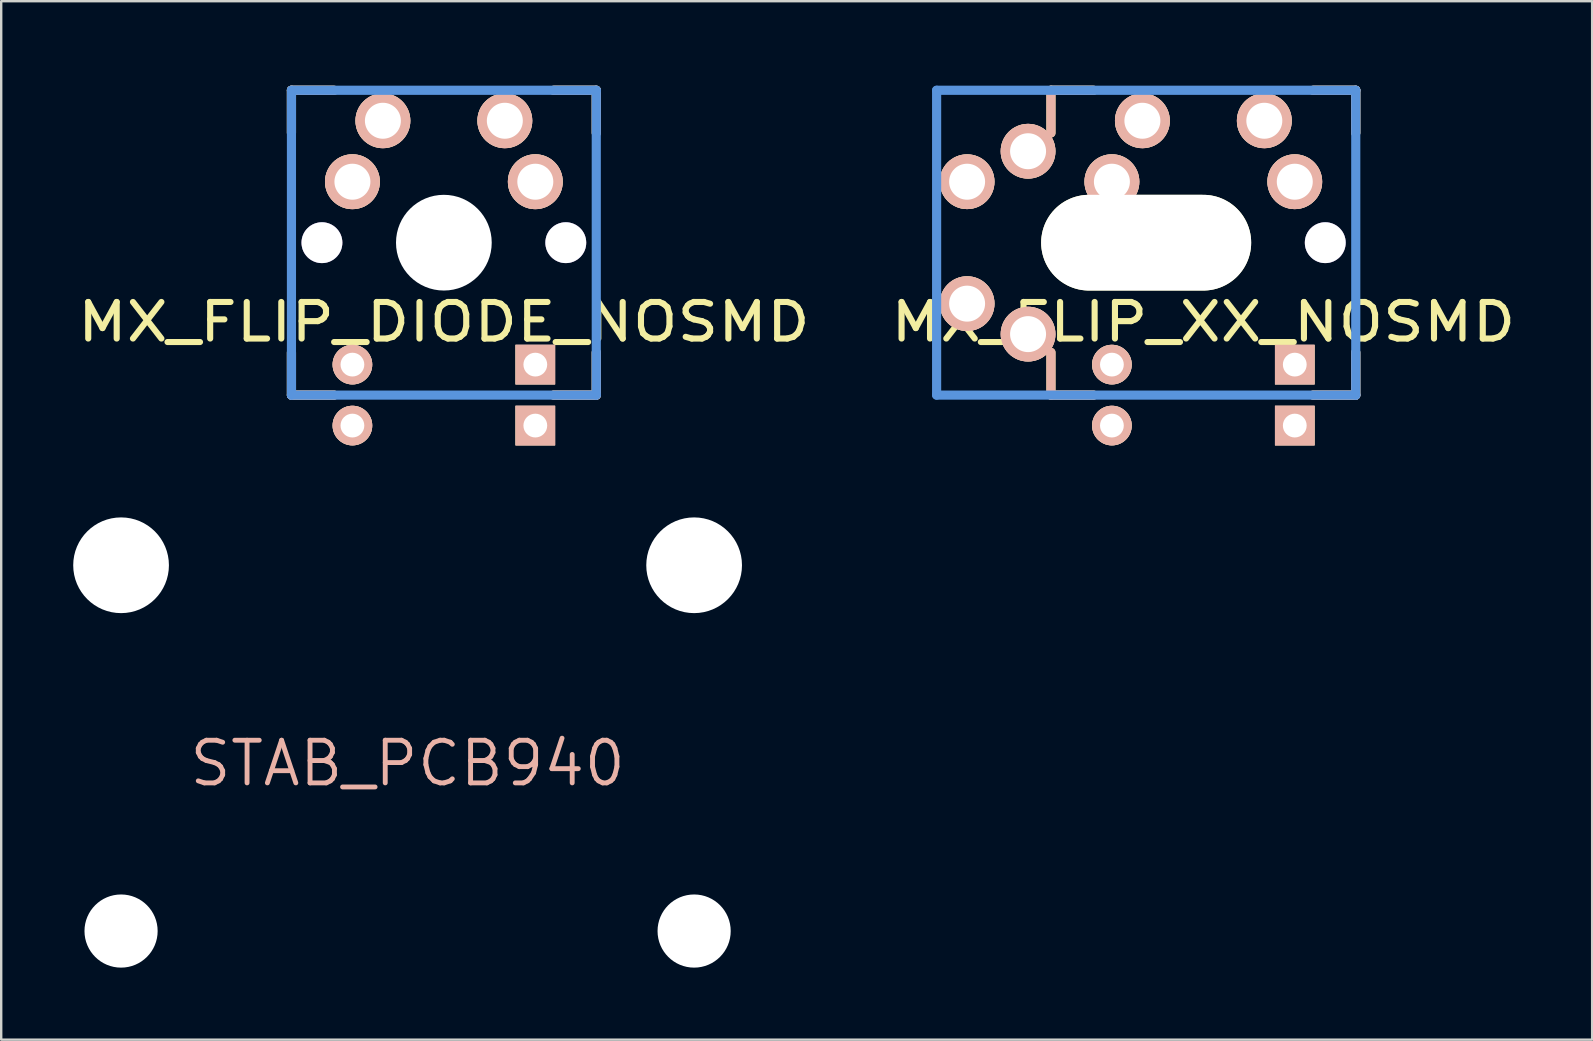
<source format=kicad_pcb>
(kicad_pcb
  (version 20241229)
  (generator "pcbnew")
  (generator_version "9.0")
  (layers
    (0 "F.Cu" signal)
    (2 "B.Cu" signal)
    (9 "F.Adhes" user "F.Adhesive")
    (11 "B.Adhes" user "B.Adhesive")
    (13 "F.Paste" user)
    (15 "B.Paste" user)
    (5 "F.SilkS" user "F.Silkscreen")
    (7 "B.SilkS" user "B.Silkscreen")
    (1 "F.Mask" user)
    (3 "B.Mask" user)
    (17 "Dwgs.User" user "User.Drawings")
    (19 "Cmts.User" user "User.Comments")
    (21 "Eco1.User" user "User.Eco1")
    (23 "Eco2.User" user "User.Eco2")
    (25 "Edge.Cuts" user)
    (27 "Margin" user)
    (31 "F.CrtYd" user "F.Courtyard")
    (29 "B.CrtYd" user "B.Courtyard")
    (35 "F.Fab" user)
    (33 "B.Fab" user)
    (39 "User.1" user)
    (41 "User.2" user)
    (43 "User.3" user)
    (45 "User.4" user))
  (footprint "MX_FLIP_DIODE_NOSMD"
    (layer "F.Cu")
    (at 15.443 7.061)
    (property "Reference" "MX_FLIP_DIODE_NOSMD" (at 0 3.302 0) (layer "F.SilkS") (effects (font (size 1.524 1.778) (thickness 0.254))))
    (attr through_hole)
    (fp_line (start -6.35 -6.35) (end -4.572 -6.35) (stroke (width 0.381) (type solid)) (layer "F.SilkS"))
    (fp_line (start -6.35 -4.572) (end -6.35 -6.35) (stroke (width 0.381) (type solid)) (layer "F.SilkS"))
    (fp_line (start -6.35 6.35) (end -6.35 4.572) (stroke (width 0.381) (type solid)) (layer "F.SilkS"))
    (fp_line (start -4.572 6.35) (end -6.35 6.35) (stroke (width 0.381) (type solid)) (layer "F.SilkS"))
    (fp_line (start 4.572 -6.35) (end 6.35 -6.35) (stroke (width 0.381) (type solid)) (layer "F.SilkS"))
    (fp_line (start 6.35 -6.35) (end 6.35 -4.572) (stroke (width 0.381) (type solid)) (layer "F.SilkS"))
    (fp_line (start 6.35 4.572) (end 6.35 6.35) (stroke (width 0.381) (type solid)) (layer "F.SilkS"))
    (fp_line (start 6.35 6.35) (end 4.572 6.35) (stroke (width 0.381) (type solid)) (layer "F.SilkS"))
    (fp_line (start -6.35 -6.35) (end -4.572 -6.35) (stroke (width 0.381) (type solid)) (layer "B.SilkS"))
    (fp_line (start -6.35 -4.572) (end -6.35 -6.35) (stroke (width 0.381) (type solid)) (layer "B.SilkS"))
    (fp_line (start -6.35 6.35) (end -6.35 4.572) (stroke (width 0.381) (type solid)) (layer "B.SilkS"))
    (fp_line (start -4.572 6.35) (end -6.35 6.35) (stroke (width 0.381) (type solid)) (layer "B.SilkS"))
    (fp_line (start 4.572 -6.35) (end 6.35 -6.35) (stroke (width 0.381) (type solid)) (layer "B.SilkS"))
    (fp_line (start 6.35 -6.35) (end 6.35 -4.572) (stroke (width 0.381) (type solid)) (layer "B.SilkS"))
    (fp_line (start 6.35 4.572) (end 6.35 6.35) (stroke (width 0.381) (type solid)) (layer "B.SilkS"))
    (fp_line (start 6.35 6.35) (end 4.572 6.35) (stroke (width 0.381) (type solid)) (layer "B.SilkS"))
    (fp_line (start -6.35 -6.35) (end 6.35 -6.35) (stroke (width 0.381) (type solid)) (layer "Cmts.User"))
    (fp_line (start -6.35 6.35) (end -6.35 -6.35) (stroke (width 0.381) (type solid)) (layer "Cmts.User"))
    (fp_line (start 6.35 -6.35) (end 6.35 6.35) (stroke (width 0.381) (type solid)) (layer "Cmts.User"))
    (fp_line (start 6.35 6.35) (end -6.35 6.35) (stroke (width 0.381) (type solid)) (layer "Cmts.User"))
    (fp_line (start -7.798 -6.005) (end -6.985 -6.005) (stroke (width 0.152) (type solid)) (layer "Eco2.User"))
    (fp_line (start -7.798 -2.504) (end -7.798 -6.005) (stroke (width 0.152) (type solid)) (layer "Eco2.User"))
    (fp_line (start -7.798 2.504) (end -6.985 2.504) (stroke (width 0.152) (type solid)) (layer "Eco2.User"))
    (fp_line (start -7.798 6.005) (end -7.798 2.504) (stroke (width 0.152) (type solid)) (layer "Eco2.User"))
    (fp_line (start -6.985 -6.985) (end 6.985 -6.985) (stroke (width 0.152) (type solid)) (layer "Eco2.User"))
    (fp_line (start -6.985 -6.005) (end -6.985 -6.985) (stroke (width 0.152) (type solid)) (layer "Eco2.User"))
    (fp_line (start -6.985 -2.504) (end -7.798 -2.504) (stroke (width 0.152) (type solid)) (layer "Eco2.User"))
    (fp_line (start -6.985 2.504) (end -6.985 -2.504) (stroke (width 0.152) (type solid)) (layer "Eco2.User"))
    (fp_line (start -6.985 6.005) (end -7.798 6.005) (stroke (width 0.152) (type solid)) (layer "Eco2.User"))
    (fp_line (start -6.985 6.985) (end -6.985 6.005) (stroke (width 0.152) (type solid)) (layer "Eco2.User"))
    (fp_line (start 6.985 -6.985) (end 6.985 -6.005) (stroke (width 0.152) (type solid)) (layer "Eco2.User"))
    (fp_line (start 6.985 -6.005) (end 7.798 -6.005) (stroke (width 0.152) (type solid)) (layer "Eco2.User"))
    (fp_line (start 6.985 -2.504) (end 6.985 2.504) (stroke (width 0.152) (type solid)) (layer "Eco2.User"))
    (fp_line (start 6.985 2.504) (end 7.798 2.504) (stroke (width 0.152) (type solid)) (layer "Eco2.User"))
    (fp_line (start 6.985 6.005) (end 6.985 6.985) (stroke (width 0.152) (type solid)) (layer "Eco2.User"))
    (fp_line (start 6.985 6.985) (end -6.985 6.985) (stroke (width 0.152) (type solid)) (layer "Eco2.User"))
    (fp_line (start 7.798 -6.005) (end 7.798 -2.504) (stroke (width 0.152) (type solid)) (layer "Eco2.User"))
    (fp_line (start 7.798 -2.504) (end 6.985 -2.504) (stroke (width 0.152) (type solid)) (layer "Eco2.User"))
    (fp_line (start 7.798 2.504) (end 7.798 6.005) (stroke (width 0.152) (type solid)) (layer "Eco2.User"))
    (fp_line (start 7.798 6.005) (end 6.985 6.005) (stroke (width 0.152) (type solid)) (layer "Eco2.User"))
    (pad "" np_thru_hole circle (at 0 0) (size 3.988 3.988) (drill 3.988) (layers "*.Cu"))
    (pad "0" thru_hole circle (at -5.08 0) (size 1.702 1.702) (drill 1.702) (layers "*.Cu"))
    (pad "0" thru_hole circle (at 5.08 0) (size 1.702 1.702) (drill 1.702) (layers "*.Cu"))
    (pad "1" thru_hole circle (at 2.54 -5.08) (size 2.286 2.286) (drill 1.499) (layers "*.Cu" "*.SilkS" "*.Mask"))
    (pad "1" thru_hole circle (at 3.81 -2.54) (size 2.286 2.286) (drill 1.499) (layers "*.Cu" "*.SilkS" "*.Mask"))
    (pad "2" thru_hole circle (at -3.81 -2.54) (size 2.286 2.286) (drill 1.499) (layers "*.Cu" "*.SilkS" "*.Mask"))
    (pad "2" thru_hole circle (at -2.54 -5.08) (size 2.286 2.286) (drill 1.499) (layers "*.Cu" "*.SilkS" "*.Mask"))
    (pad "3" thru_hole circle (at -3.81 5.08) (size 1.651 1.651) (drill 0.991) (layers "*.Cu" "*.SilkS" "*.Mask"))
    (pad "3" thru_hole circle (at -3.81 7.62) (size 1.651 1.651) (drill 0.991) (layers "*.Cu" "*.SilkS" "*.Mask"))
    (pad "4" thru_hole rect (at 3.81 5.08) (size 1.651 1.651) (drill 0.991) (layers "*.Cu" "*.SilkS" "*.Mask"))
    (pad "4" thru_hole rect (at 3.81 7.62) (size 1.651 1.651) (drill 0.991) (layers "*.Cu" "*.SilkS" "*.Mask")))
  (footprint "STAB_PCB940"
    (layer "F.Cu")
    (at 13.932 28.756)
    (property "Reference" "STAB_PCB940" (at 0 0 0) (layer "B.SilkS") (effects (font (size 1.778 1.778) (thickness 0.203))))
    (attr through_hole)
    (fp_line (start -13.589 -6.223) (end -10.287 -6.223) (stroke (width 0.152) (type solid)) (layer "Eco2.User"))
    (fp_line (start -13.589 7.747) (end -13.589 -6.223) (stroke (width 0.152) (type solid)) (layer "Eco2.User"))
    (fp_line (start -10.287 -6.223) (end -10.287 7.747) (stroke (width 0.152) (type solid)) (layer "Eco2.User"))
    (fp_line (start -10.287 7.747) (end -13.589 7.747) (stroke (width 0.152) (type solid)) (layer "Eco2.User"))
    (fp_line (start 10.287 -6.223) (end 13.589 -6.223) (stroke (width 0.152) (type solid)) (layer "Eco2.User"))
    (fp_line (start 10.287 7.747) (end 10.287 -6.223) (stroke (width 0.152) (type solid)) (layer "Eco2.User"))
    (fp_line (start 13.589 -6.223) (end 13.589 7.747) (stroke (width 0.152) (type solid)) (layer "Eco2.User"))
    (fp_line (start 13.589 7.747) (end 10.287 7.747) (stroke (width 0.152) (type solid)) (layer "Eco2.User"))
    (pad "" np_thru_hole circle (at -11.938 -8.255) (size 3.988 3.988) (drill 3.988) (layers "*.Cu"))
    (pad "" np_thru_hole circle (at -11.938 6.985) (size 3.048 3.048) (drill 3.048) (layers "*.Cu"))
    (pad "" np_thru_hole circle (at 11.938 -8.255) (size 3.988 3.988) (drill 3.988) (layers "*.Cu"))
    (pad "" np_thru_hole circle (at 11.938 6.985) (size 3.048 3.048) (drill 3.048) (layers "*.Cu")))
  (footprint "MX_FLIP_XX_NOSMD"
    (layer "F.Cu")
    (at 42.323 7.061)
    (property "Reference" "MX_FLIP_XX_NOSMD" (at 4.763 3.302 0) (layer "F.SilkS") (effects (font (size 1.524 1.778) (thickness 0.254))))
    (attr through_hole)
    (fp_line (start -1.587 -6.35) (end 0.191 -6.35) (stroke (width 0.381) (type solid)) (layer "F.SilkS"))
    (fp_line (start -1.587 -4.572) (end -1.587 -6.35) (stroke (width 0.381) (type solid)) (layer "F.SilkS"))
    (fp_line (start -1.587 6.35) (end -1.587 4.572) (stroke (width 0.381) (type solid)) (layer "F.SilkS"))
    (fp_line (start 0.191 6.35) (end -1.587 6.35) (stroke (width 0.381) (type solid)) (layer "F.SilkS"))
    (fp_line (start 9.335 -6.35) (end 11.113 -6.35) (stroke (width 0.381) (type solid)) (layer "F.SilkS"))
    (fp_line (start 11.113 -6.35) (end 11.113 -4.572) (stroke (width 0.381) (type solid)) (layer "F.SilkS"))
    (fp_line (start 11.113 4.572) (end 11.113 6.35) (stroke (width 0.381) (type solid)) (layer "F.SilkS"))
    (fp_line (start 11.113 6.35) (end 9.335 6.35) (stroke (width 0.381) (type solid)) (layer "F.SilkS"))
    (fp_line (start -1.587 -6.35) (end 0.191 -6.35) (stroke (width 0.381) (type solid)) (layer "B.SilkS"))
    (fp_line (start -1.587 -4.572) (end -1.587 -6.35) (stroke (width 0.381) (type solid)) (layer "B.SilkS"))
    (fp_line (start -1.587 6.35) (end -1.587 4.572) (stroke (width 0.381) (type solid)) (layer "B.SilkS"))
    (fp_line (start 0.191 6.35) (end -1.587 6.35) (stroke (width 0.381) (type solid)) (layer "B.SilkS"))
    (fp_line (start 9.335 -6.35) (end 11.113 -6.35) (stroke (width 0.381) (type solid)) (layer "B.SilkS"))
    (fp_line (start 11.113 -6.35) (end 11.113 -4.572) (stroke (width 0.381) (type solid)) (layer "B.SilkS"))
    (fp_line (start 11.113 4.572) (end 11.113 6.35) (stroke (width 0.381) (type solid)) (layer "B.SilkS"))
    (fp_line (start 11.113 6.35) (end 9.335 6.35) (stroke (width 0.381) (type solid)) (layer "B.SilkS"))
    (fp_line (start -6.35 -6.35) (end 11.113 -6.35) (stroke (width 0.381) (type solid)) (layer "Cmts.User"))
    (fp_line (start -6.35 6.35) (end -6.35 -6.35) (stroke (width 0.381) (type solid)) (layer "Cmts.User"))
    (fp_line (start 11.113 -6.35) (end 11.113 6.35) (stroke (width 0.381) (type solid)) (layer "Cmts.User"))
    (fp_line (start 11.113 6.35) (end -6.35 6.35) (stroke (width 0.381) (type solid)) (layer "Cmts.User"))
    (fp_line (start -3.035 -6.005) (end -2.223 -6.005) (stroke (width 0.152) (type solid)) (layer "Eco2.User"))
    (fp_line (start -3.035 -2.504) (end -3.035 -6.005) (stroke (width 0.152) (type solid)) (layer "Eco2.User"))
    (fp_line (start -3.035 2.504) (end -2.223 2.504) (stroke (width 0.152) (type solid)) (layer "Eco2.User"))
    (fp_line (start -3.035 6.005) (end -3.035 2.504) (stroke (width 0.152) (type solid)) (layer "Eco2.User"))
    (fp_line (start -2.223 -6.985) (end 11.748 -6.985) (stroke (width 0.152) (type solid)) (layer "Eco2.User"))
    (fp_line (start -2.223 -6.005) (end -2.223 -6.985) (stroke (width 0.152) (type solid)) (layer "Eco2.User"))
    (fp_line (start -2.223 -2.504) (end -3.035 -2.504) (stroke (width 0.152) (type solid)) (layer "Eco2.User"))
    (fp_line (start -2.223 2.504) (end -2.223 -2.504) (stroke (width 0.152) (type solid)) (layer "Eco2.User"))
    (fp_line (start -2.223 6.005) (end -3.035 6.005) (stroke (width 0.152) (type solid)) (layer "Eco2.User"))
    (fp_line (start -2.223 6.985) (end -2.223 6.005) (stroke (width 0.152) (type solid)) (layer "Eco2.User"))
    (fp_line (start 11.748 -6.985) (end 11.748 -6.005) (stroke (width 0.152) (type solid)) (layer "Eco2.User"))
    (fp_line (start 11.748 -6.005) (end 12.56 -6.005) (stroke (width 0.152) (type solid)) (layer "Eco2.User"))
    (fp_line (start 11.748 -2.504) (end 11.748 2.504) (stroke (width 0.152) (type solid)) (layer "Eco2.User"))
    (fp_line (start 11.748 2.504) (end 12.56 2.504) (stroke (width 0.152) (type solid)) (layer "Eco2.User"))
    (fp_line (start 11.748 6.005) (end 11.748 6.985) (stroke (width 0.152) (type solid)) (layer "Eco2.User"))
    (fp_line (start 11.748 6.985) (end -2.223 6.985) (stroke (width 0.152) (type solid)) (layer "Eco2.User"))
    (fp_line (start 12.56 -6.005) (end 12.56 -2.504) (stroke (width 0.152) (type solid)) (layer "Eco2.User"))
    (fp_line (start 12.56 -2.504) (end 11.748 -2.504) (stroke (width 0.152) (type solid)) (layer "Eco2.User"))
    (fp_line (start 12.56 2.504) (end 12.56 6.005) (stroke (width 0.152) (type solid)) (layer "Eco2.User"))
    (fp_line (start 12.56 6.005) (end 11.748 6.005) (stroke (width 0.152) (type solid)) (layer "Eco2.User"))
    (pad "" np_thru_hole oval (at 2.38 0) (size 8.75 3.988) (drill oval 8.75 3.988) (layers "*.Cu" "*.Mask" "F.SilkS"))
    (pad "0" thru_hole circle (at 9.842 0) (size 1.702 1.702) (drill 1.702) (layers "*.Cu"))
    (pad "1" thru_hole circle (at -5.08 -2.54) (size 2.281 2.281) (drill 1.499) (layers "*.Cu" "*.SilkS" "*.Mask"))
    (pad "1" thru_hole circle (at -2.54 -3.81) (size 2.281 2.281) (drill 1.499) (layers "*.Cu" "*.SilkS" "*.Mask"))
    (pad "1" thru_hole circle (at 7.303 -5.08) (size 2.286 2.286) (drill 1.499) (layers "*.Cu" "*.SilkS" "*.Mask"))
    (pad "1" thru_hole circle (at 8.572 -2.54) (size 2.283 2.283) (drill 1.499) (layers "*.Cu" "*.SilkS" "*.Mask"))
    (pad "2" thru_hole circle (at -5.08 2.54) (size 2.281 2.281) (drill 1.499) (layers "*.Cu" "*.SilkS" "*.Mask"))
    (pad "2" thru_hole circle (at -2.54 3.81) (size 2.281 2.281) (drill 1.499) (layers "*.Cu" "*.SilkS" "*.Mask"))
    (pad "2" thru_hole circle (at 0.953 -2.54) (size 2.286 2.286) (drill 1.499) (layers "*.Cu" "*.SilkS" "*.Mask"))
    (pad "2" thru_hole circle (at 2.223 -5.08) (size 2.286 2.286) (drill 1.499) (layers "*.Cu" "*.SilkS" "*.Mask"))
    (pad "3" thru_hole circle (at 0.953 5.08) (size 1.651 1.651) (drill 0.991) (layers "*.Cu" "*.SilkS" "*.Mask"))
    (pad "3" thru_hole circle (at 0.953 7.62) (size 1.651 1.651) (drill 0.991) (layers "*.Cu" "*.SilkS" "*.Mask"))
    (pad "4" thru_hole rect (at 8.572 5.08) (size 1.651 1.651) (drill 0.991) (layers "*.Cu" "*.SilkS" "*.Mask"))
    (pad "4" thru_hole rect (at 8.572 7.62) (size 1.651 1.651) (drill 0.991) (layers "*.Cu" "*.SilkS" "*.Mask")))
  (gr_rect
    (start -3 -3)
    (end 63.285 40.265)
    (stroke (width 0.1) (type default))
    (fill no)
    (layer "Edge.Cuts")))
</source>
